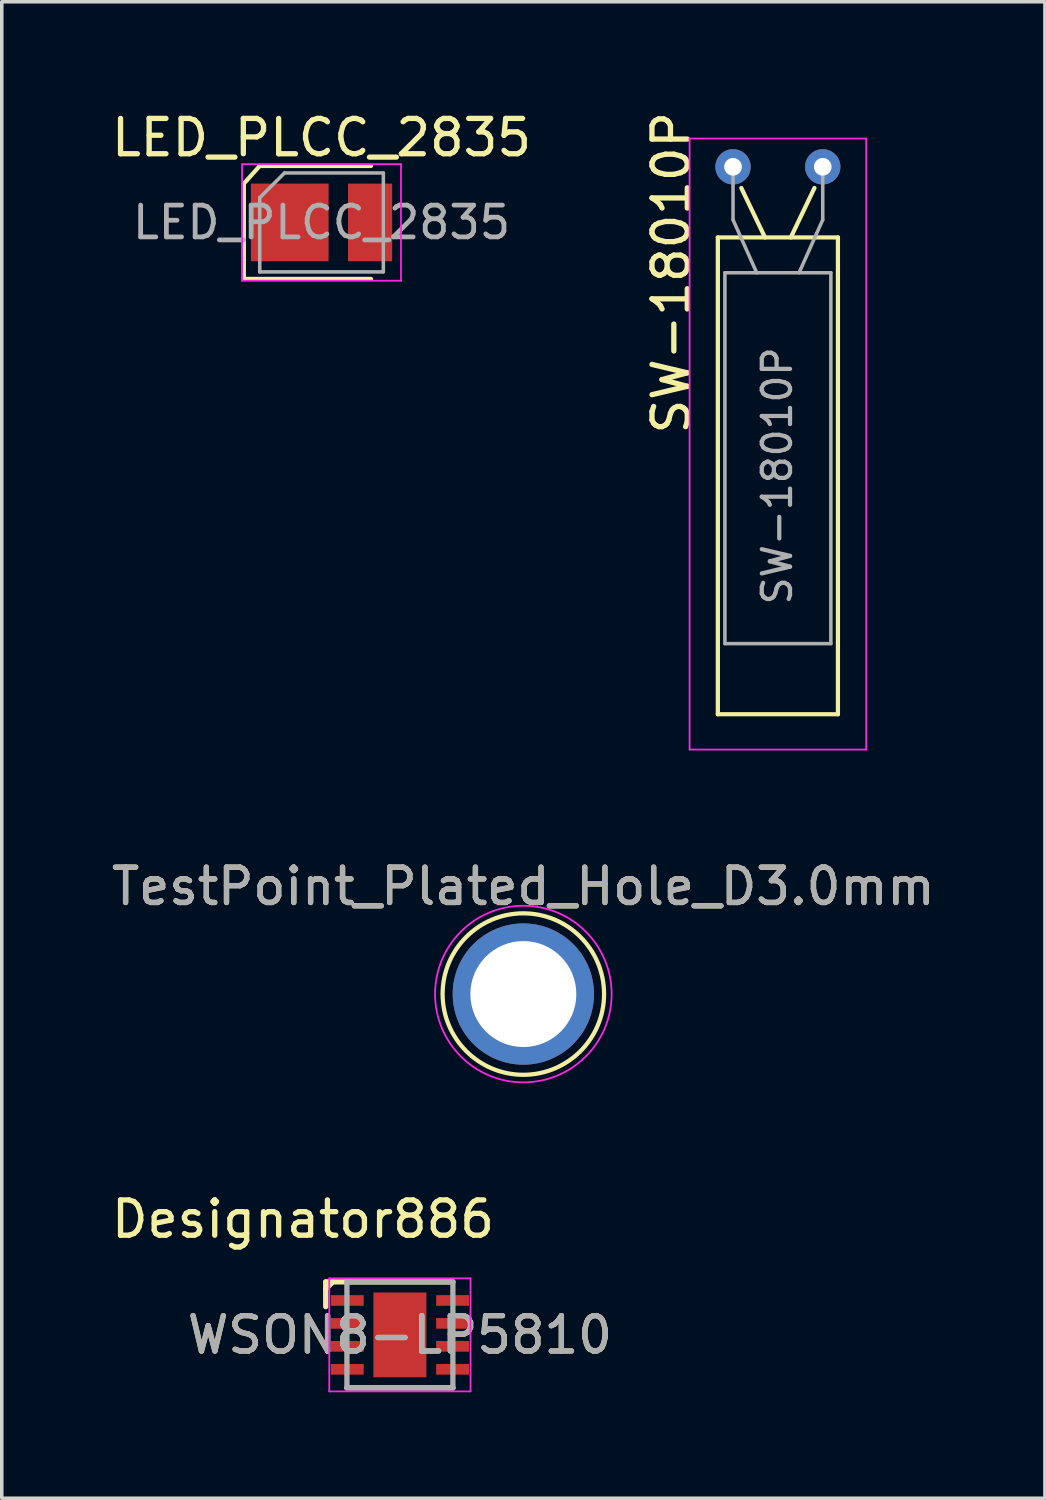
<source format=kicad_pcb>
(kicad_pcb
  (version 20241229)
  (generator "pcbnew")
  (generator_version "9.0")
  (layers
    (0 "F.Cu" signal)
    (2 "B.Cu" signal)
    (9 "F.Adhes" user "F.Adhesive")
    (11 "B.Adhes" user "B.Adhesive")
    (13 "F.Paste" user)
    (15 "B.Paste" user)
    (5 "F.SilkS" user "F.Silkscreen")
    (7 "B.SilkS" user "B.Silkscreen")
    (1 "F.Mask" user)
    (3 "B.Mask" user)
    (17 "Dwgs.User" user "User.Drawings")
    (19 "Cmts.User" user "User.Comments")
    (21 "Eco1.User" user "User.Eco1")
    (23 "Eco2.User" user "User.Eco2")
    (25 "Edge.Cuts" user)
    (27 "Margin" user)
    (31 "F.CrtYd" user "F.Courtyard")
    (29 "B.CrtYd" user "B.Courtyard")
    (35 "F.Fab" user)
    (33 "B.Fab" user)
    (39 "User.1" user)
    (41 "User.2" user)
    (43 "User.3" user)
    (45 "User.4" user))
  (footprint "SW-18010P"
    (layer "F.Cu")
    (at 18.975 1.673)
    (property "Reference" "SW-18010P" (at -3.02 3 90) (layer "F.SilkS") (effects (font (size 1 1) (thickness 0.15))))
    (attr through_hole)
    (fp_line (start -1.7 2) (end -1.7 15.5) (stroke (width 0.12) (type solid)) (layer "F.SilkS"))
    (fp_line (start -1.7 15.5) (end 1.7 15.5) (stroke (width 0.12) (type solid)) (layer "F.SilkS"))
    (fp_line (start -0.365 2) (end -1.035 0.6) (stroke (width 0.12) (type solid)) (layer "F.SilkS"))
    (fp_line (start 0.365 2) (end 1.035 0.6) (stroke (width 0.12) (type solid)) (layer "F.SilkS"))
    (fp_line (start 1.7 2) (end -1.7 2) (stroke (width 0.12) (type solid)) (layer "F.SilkS"))
    (fp_line (start 1.7 15.5) (end 1.7 2) (stroke (width 0.12) (type solid)) (layer "F.SilkS"))
    (fp_line (start -2.5 -0.8) (end -2.5 16.5) (stroke (width 0.05) (type solid)) (layer "F.CrtYd"))
    (fp_line (start -2.5 16.5) (end 2.5 16.5) (stroke (width 0.05) (type solid)) (layer "F.CrtYd"))
    (fp_line (start 2.5 -0.8) (end -2.5 -0.8) (stroke (width 0.05) (type solid)) (layer "F.CrtYd"))
    (fp_line (start 2.5 16.5) (end 2.5 -0.8) (stroke (width 0.05) (type solid)) (layer "F.CrtYd"))
    (fp_line (start -1.5 3) (end -1.5 13.5) (stroke (width 0.1) (type solid)) (layer "F.Fab"))
    (fp_line (start -1.5 13.5) (end 1.5 13.5) (stroke (width 0.1) (type solid)) (layer "F.Fab"))
    (fp_line (start -1.27 1.5) (end -1.27 0) (stroke (width 0.1) (type solid)) (layer "F.Fab"))
    (fp_line (start -0.6 3) (end -1.27 1.5) (stroke (width 0.1) (type solid)) (layer "F.Fab"))
    (fp_line (start 0.6 3) (end 1.27 1.5) (stroke (width 0.1) (type solid)) (layer "F.Fab"))
    (fp_line (start 1.27 1.5) (end 1.27 0) (stroke (width 0.1) (type solid)) (layer "F.Fab"))
    (fp_line (start 1.5 3) (end -1.5 3) (stroke (width 0.1) (type solid)) (layer "F.Fab"))
    (fp_line (start 1.5 13.5) (end 1.5 3) (stroke (width 0.1) (type solid)) (layer "F.Fab"))
    (fp_text user "${REFERENCE}" (at -0.02 8.75 90) (layer "F.Fab") (effects (font (size 0.8 0.8) (thickness 0.12))))
    (pad "1" thru_hole circle (at -1.27 0) (size 1 1) (drill 0.5) (layers "*.Cu" "*.Mask"))
    (pad "2" thru_hole circle (at 1.27 0) (size 1 1) (drill 0.5) (layers "*.Cu" "*.Mask")))
  (footprint "TestPoint_Plated_Hole_D3.0mm"
    (layer "F.Cu")
    (at 11.768 25.096)
    (property "Reference" "TestPoint_Plated_Hole_D3.0mm" (at 0 -3.048 0) (layer "F.SilkS") (effects (font (size 1 1) (thickness 0.15))))
    (attr exclude_from_pos_files exclude_from_bom)
    (fp_circle (center 0 0) (end 0 -2.286) (stroke (width 0.12) (type solid)) (fill no) (layer "F.SilkS"))
    (fp_circle (center 0 0) (end 2.5 0) (stroke (width 0.05) (type solid)) (fill no) (layer "F.CrtYd"))
    (fp_text user "${REFERENCE}" (at 0 -3.05 0) (layer "F.Fab") (effects (font (size 1 1) (thickness 0.15))))
    (pad "1" thru_hole circle (at 0 0) (size 4 4) (drill 3) (layers "*.Cu" "*.Mask")))
  (footprint "WSON8-LP5810"
    (layer "F.Cu")
    (at 8.273 34.746)
    (property "Reference" "WSON8-LP5810" (at 0 0 0) (unlocked yes) (layer "F.SilkS") (effects (font (size 1 1) (thickness 0.15))))
    (attr smd)
    (fp_line (start -2.1 -1.5) (end -1.5 -1.5) (stroke (width 0.15) (type default)) (layer "F.SilkS"))
    (fp_line (start -2.1 -1.3) (end -1.9 -1.5) (stroke (width 0.15) (type default)) (layer "F.SilkS"))
    (fp_line (start -2.1 -0.8) (end -2.1 -1.5) (stroke (width 0.15) (type default)) (layer "F.SilkS"))
    (fp_line (start -1.5 -1.5) (end 1.5 -1.5) (stroke (width 0.15) (type solid)) (layer "F.SilkS"))
    (fp_line (start -1.5 1.5) (end 1.5 1.5) (stroke (width 0.15) (type solid)) (layer "F.SilkS"))
    (fp_poly (pts (xy -0.5 0.875) (xy 0.5 0.875) (xy 0.5 -0.875) (xy -0.5 -0.875)) (stroke (width 0) (type solid)) (fill yes) (layer "F.Paste"))
    (fp_line (start -2 -1.6) (end -2 1.6) (stroke (width 0.05) (type default)) (layer "F.CrtYd"))
    (fp_line (start -2 1.6) (end 2 1.6) (stroke (width 0.05) (type default)) (layer "F.CrtYd"))
    (fp_line (start 2 -1.6) (end -2 -1.6) (stroke (width 0.05) (type default)) (layer "F.CrtYd"))
    (fp_line (start 2 1.6) (end 2 -1.6) (stroke (width 0.05) (type default)) (layer "F.CrtYd"))
    (fp_line (start -1.5 -1.5) (end 1.5 -1.5) (stroke (width 0.15) (type solid)) (layer "F.Fab"))
    (fp_line (start -1.5 1.5) (end -1.5 -1.5) (stroke (width 0.15) (type solid)) (layer "F.Fab"))
    (fp_line (start -1.5 1.5) (end 1.5 1.5) (stroke (width 0.15) (type solid)) (layer "F.Fab"))
    (fp_line (start 1.5 1.5) (end 1.5 -1.5) (stroke (width 0.15) (type solid)) (layer "F.Fab"))
    (fp_text user "Designator886" (at -2.743 -3.277 0) (unlocked yes) (layer "F.SilkS") (effects (font (size 1 1) (thickness 0.15))))
    (fp_text user "${REFERENCE}" (at 0 0 0) (unlocked yes) (layer "F.Fab") (effects (font (size 1 1) (thickness 0.15))))
    (pad "1" smd rect (at -1.491 -0.975) (size 0.931 0.302) (layers "F.Cu" "F.Mask" "F.Paste"))
    (pad "2" smd rect (at -1.491 -0.325) (size 0.931 0.302) (layers "F.Cu" "F.Mask" "F.Paste"))
    (pad "3" smd rect (at -1.491 0.325) (size 0.931 0.302) (layers "F.Cu" "F.Mask" "F.Paste"))
    (pad "4" smd rect (at -1.491 0.975) (size 0.931 0.302) (layers "F.Cu" "F.Mask" "F.Paste"))
    (pad "5" smd rect (at 1.491 0.975) (size 0.931 0.302) (layers "F.Cu" "F.Mask" "F.Paste"))
    (pad "6" smd rect (at 1.491 0.325) (size 0.931 0.302) (layers "F.Cu" "F.Mask" "F.Paste"))
    (pad "7" smd rect (at 1.491 -0.325) (size 0.931 0.302) (layers "F.Cu" "F.Mask" "F.Paste"))
    (pad "8" smd rect (at 1.491 -0.975) (size 0.931 0.302) (layers "F.Cu" "F.Mask" "F.Paste"))
    (pad "9" smd rect (at 0 0) (size 1.5 2.4) (layers "F.Cu" "F.Mask")))
  (footprint "LED_PLCC_2835"
    (layer "F.Cu")
    (at 6.054 3.248)
    (property "Reference" "LED_PLCC_2835" (at 0 -2.4 0) (layer "F.SilkS") (effects (font (size 1 1) (thickness 0.15))))
    (attr smd)
    (fp_line (start -2.2 -1.1) (end -2.2 1.6) (stroke (width 0.12) (type solid)) (layer "F.SilkS"))
    (fp_line (start -2.2 -1.1) (end -1.75 -1.6) (stroke (width 0.12) (type default)) (layer "F.SilkS"))
    (fp_line (start 1.4 -1.6) (end -1.75 -1.6) (stroke (width 0.12) (type solid)) (layer "F.SilkS"))
    (fp_line (start 1.4 1.6) (end -2.2 1.6) (stroke (width 0.12) (type solid)) (layer "F.SilkS"))
    (fp_line (start -2.25 -1.65) (end 2.25 -1.65) (stroke (width 0.05) (type solid)) (layer "F.CrtYd"))
    (fp_line (start -2.25 1.65) (end -2.25 -1.65) (stroke (width 0.05) (type solid)) (layer "F.CrtYd"))
    (fp_line (start 2.25 -1.65) (end 2.25 1.65) (stroke (width 0.05) (type solid)) (layer "F.CrtYd"))
    (fp_line (start 2.25 1.65) (end -2.25 1.65) (stroke (width 0.05) (type solid)) (layer "F.CrtYd"))
    (fp_line (start -1.75 1.4) (end -1.75 -0.7) (stroke (width 0.1) (type solid)) (layer "F.Fab"))
    (fp_line (start -1.05 -1.4) (end -1.75 -0.7) (stroke (width 0.1) (type solid)) (layer "F.Fab"))
    (fp_line (start -1.05 -1.4) (end 1.75 -1.4) (stroke (width 0.1) (type solid)) (layer "F.Fab"))
    (fp_line (start 1.75 -1.4) (end 1.75 1.4) (stroke (width 0.1) (type solid)) (layer "F.Fab"))
    (fp_line (start 1.75 1.4) (end -1.75 1.4) (stroke (width 0.1) (type solid)) (layer "F.Fab"))
    (fp_text user "${REFERENCE}" (at 0 0 0) (layer "F.Fab") (effects (font (size 0.9 0.9) (thickness 0.135))))
    (pad "1" smd rect (at -0.9 0) (size 2.2 2.2) (layers "F.Cu" "F.Mask" "F.Paste"))
    (pad "2" smd rect (at 1.375 0) (size 1.25 2.2) (layers "F.Cu" "F.Mask" "F.Paste")))
  (gr_rect
    (start -3 -3)
    (end 26.536 39.371)
    (stroke (width 0.1) (type default))
    (fill no)
    (layer "Edge.Cuts")))
</source>
